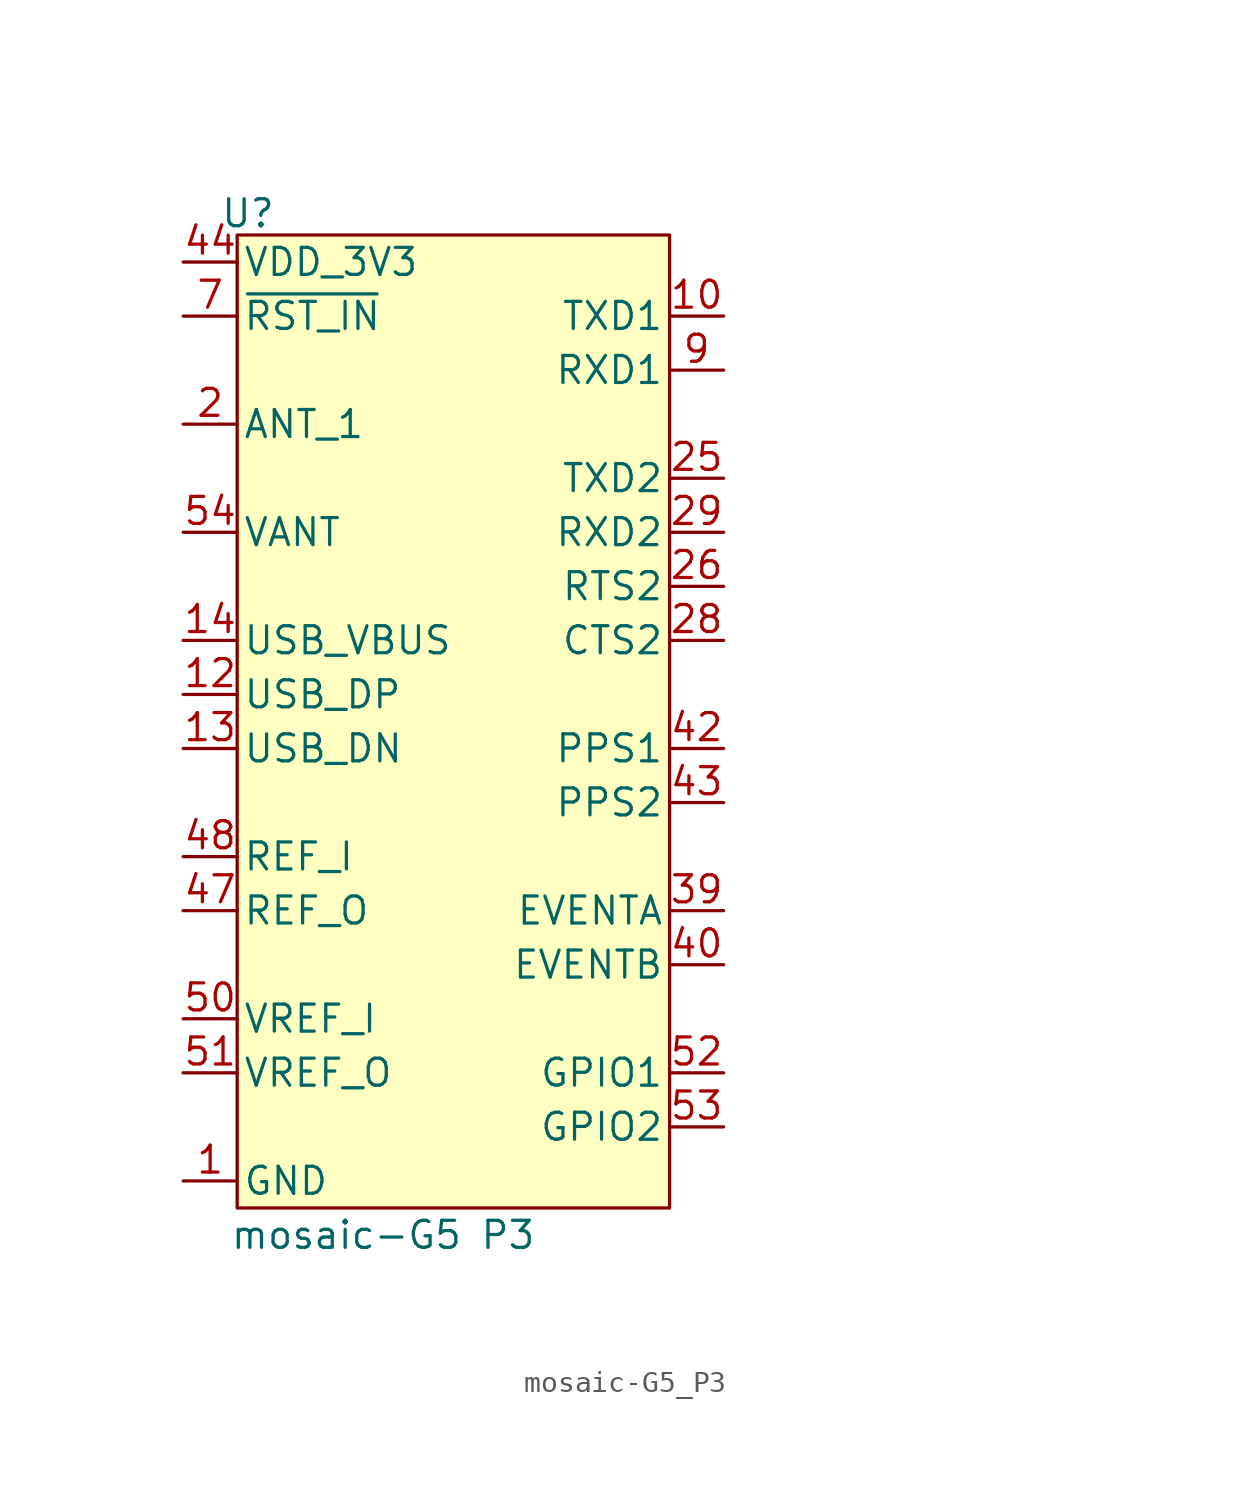
<source format=kicad_sym>
(kicad_symbol_lib
  (version 20241209)
  (generator "kicad_symbol_editor")
  (generator_version "9.0")
  (symbol "mosaic-G5_P3"
    (pin_names
      (offset 0.254))
    (property "Reference" "U"
      (at -9.652 22.606 0)
      (effects (font (size 1.27 1.27))))
    (property "Value" "mosaic-G5 P3"
      (at -3.302 -25.4 0)
      (effects (font (size 1.27 1.27))))
    (symbol "mosaic-G5_P3_1_0"
      (pin no_connect line (at 29.21 20.32 180) (length 2.54) (hide yes) (name "Reserved" (effects (font (size 1.27 1.27)))) (number "8" (effects (font (size 1.27 1.27)))))
      (pin no_connect line (at 29.21 19.05 180) (length 2.54) (hide yes) (name "Reserved" (effects (font (size 1.27 1.27)))) (number "15" (effects (font (size 1.27 1.27)))))
      (pin no_connect line (at 29.21 17.78 180) (length 2.54) (hide yes) (name "Reserved" (effects (font (size 1.27 1.27)))) (number "16" (effects (font (size 1.27 1.27)))))
      (pin no_connect line (at 29.21 16.51 180) (length 2.54) (hide yes) (name "Reserved" (effects (font (size 1.27 1.27)))) (number "18" (effects (font (size 1.27 1.27)))))
      (pin no_connect line (at 29.21 15.24 180) (length 2.54) (hide yes) (name "Reserved" (effects (font (size 1.27 1.27)))) (number "19" (effects (font (size 1.27 1.27)))))
      (pin no_connect line (at 29.21 13.97 180) (length 2.54) (hide yes) (name "Reserved" (effects (font (size 1.27 1.27)))) (number "20" (effects (font (size 1.27 1.27)))))
      (pin no_connect line (at 29.21 12.7 180) (length 2.54) (hide yes) (name "Reserved" (effects (font (size 1.27 1.27)))) (number "22" (effects (font (size 1.27 1.27)))))
      (pin no_connect line (at 29.21 11.43 180) (length 2.54) (hide yes) (name "Reserved" (effects (font (size 1.27 1.27)))) (number "23" (effects (font (size 1.27 1.27)))))
      (pin no_connect line (at 29.21 10.16 180) (length 2.54) (hide yes) (name "Reserved" (effects (font (size 1.27 1.27)))) (number "24" (effects (font (size 1.27 1.27)))))
      (pin no_connect line (at 29.21 8.89 180) (length 2.54) (hide yes) (name "Reserved" (effects (font (size 1.27 1.27)))) (number "30" (effects (font (size 1.27 1.27)))))
      (pin no_connect line (at 29.21 7.62 180) (length 2.54) (hide yes) (name "Reserved" (effects (font (size 1.27 1.27)))) (number "31" (effects (font (size 1.27 1.27)))))
      (pin no_connect line (at 29.21 6.35 180) (length 2.54) (hide yes) (name "Reserved" (effects (font (size 1.27 1.27)))) (number "32" (effects (font (size 1.27 1.27)))))
      (pin no_connect line (at 29.21 5.08 180) (length 2.54) (hide yes) (name "Reserved" (effects (font (size 1.27 1.27)))) (number "33" (effects (font (size 1.27 1.27)))))
      (pin no_connect line (at 29.21 3.81 180) (length 2.54) (hide yes) (name "Reserved" (effects (font (size 1.27 1.27)))) (number "35" (effects (font (size 1.27 1.27)))))
      (pin no_connect line (at 29.21 2.54 180) (length 2.54) (hide yes) (name "Reserved" (effects (font (size 1.27 1.27)))) (number "36" (effects (font (size 1.27 1.27)))))
      (pin no_connect line (at 29.21 1.27 180) (length 2.54) (hide yes) (name "Reserved" (effects (font (size 1.27 1.27)))) (number "37" (effects (font (size 1.27 1.27)))))
      (pin no_connect line (at 29.21 0 180) (length 2.54) (hide yes) (name "Reserved" (effects (font (size 1.27 1.27)))) (number "38" (effects (font (size 1.27 1.27))))))
    (symbol "mosaic-G5_P3_1_1"
      (rectangle (start -10.16 21.59) (end 10.16 -24.13) (stroke (width 0) (type solid)) (fill (type background)))
      (pin power_in line (at -12.7 20.32 0) (length 2.54) (name "VDD_3V3" (effects (font (size 1.27 1.27)))) (number "44" (effects (font (size 1.27 1.27)))))
      (pin power_in line (at -12.7 20.32 0) (length 2.54) (hide yes) (name "VDD_3V3" (effects (font (size 1.27 1.27)))) (number "45" (effects (font (size 1.27 1.27)))))
      (pin input line (at -12.7 17.78 0) (length 2.54) (name "~{RST_IN}" (effects (font (size 1.27 1.27)))) (number "7" (effects (font (size 1.27 1.27)))))
      (pin input line (at -12.7 12.7 0) (length 2.54) (name "ANT_1" (effects (font (size 1.27 1.27)))) (number "2" (effects (font (size 1.27 1.27)))))
      (pin no_connect line (at -12.7 10.16 0) (length 2.54) (hide yes) (name "ANT_2" (effects (font (size 1.27 1.27)))) (number "5" (effects (font (size 1.27 1.27)))))
      (pin power_in line (at -12.7 7.62 0) (length 2.54) (name "VANT" (effects (font (size 1.27 1.27)))) (number "54" (effects (font (size 1.27 1.27)))))
      (pin power_in line (at -12.7 2.54 0) (length 2.54) (name "USB_VBUS" (effects (font (size 1.27 1.27)))) (number "14" (effects (font (size 1.27 1.27)))))
      (pin bidirectional line (at -12.7 0 0) (length 2.54) (name "USB_DP" (effects (font (size 1.27 1.27)))) (number "12" (effects (font (size 1.27 1.27)))))
      (pin bidirectional line (at -12.7 -2.54 0) (length 2.54) (name "USB_DN" (effects (font (size 1.27 1.27)))) (number "13" (effects (font (size 1.27 1.27)))))
      (pin input line (at -12.7 -7.62 0) (length 2.54) (name "REF_I" (effects (font (size 1.27 1.27)))) (number "48" (effects (font (size 1.27 1.27)))))
      (pin output line (at -12.7 -10.16 0) (length 2.54) (name "REF_O" (effects (font (size 1.27 1.27)))) (number "47" (effects (font (size 1.27 1.27)))))
      (pin power_in line (at -12.7 -15.24 0) (length 2.54) (name "VREF_I" (effects (font (size 1.27 1.27)))) (number "50" (effects (font (size 1.27 1.27)))))
      (pin power_out line (at -12.7 -17.78 0) (length 2.54) (name "VREF_O" (effects (font (size 1.27 1.27)))) (number "51" (effects (font (size 1.27 1.27)))))
      (pin power_in line (at -12.7 -22.86 0) (length 2.54) (name "GND" (effects (font (size 1.27 1.27)))) (number "1" (effects (font (size 1.27 1.27)))))
      (pin power_in line (at -12.7 -22.86 0) (length 2.54) (hide yes) (name "GND" (effects (font (size 1.27 1.27)))) (number "11" (effects (font (size 1.27 1.27)))))
      (pin power_in line (at -12.7 -22.86 0) (length 2.54) (hide yes) (name "GND" (effects (font (size 1.27 1.27)))) (number "17" (effects (font (size 1.27 1.27)))))
      (pin power_in line (at -12.7 -22.86 0) (length 2.54) (hide yes) (name "GND" (effects (font (size 1.27 1.27)))) (number "21" (effects (font (size 1.27 1.27)))))
      (pin power_in line (at -12.7 -22.86 0) (length 2.54) (hide yes) (name "GND" (effects (font (size 1.27 1.27)))) (number "27" (effects (font (size 1.27 1.27)))))
      (pin power_in line (at -12.7 -22.86 0) (length 2.54) (hide yes) (name "GND" (effects (font (size 1.27 1.27)))) (number "3" (effects (font (size 1.27 1.27)))))
      (pin power_in line (at -12.7 -22.86 0) (length 2.54) (hide yes) (name "GND" (effects (font (size 1.27 1.27)))) (number "34" (effects (font (size 1.27 1.27)))))
      (pin power_in line (at -12.7 -22.86 0) (length 2.54) (hide yes) (name "GND" (effects (font (size 1.27 1.27)))) (number "4" (effects (font (size 1.27 1.27)))))
      (pin power_in line (at -12.7 -22.86 0) (length 2.54) (hide yes) (name "GND" (effects (font (size 1.27 1.27)))) (number "41" (effects (font (size 1.27 1.27)))))
      (pin power_in line (at -12.7 -22.86 0) (length 2.54) (hide yes) (name "GND" (effects (font (size 1.27 1.27)))) (number "46" (effects (font (size 1.27 1.27)))))
      (pin power_in line (at -12.7 -22.86 0) (length 2.54) (hide yes) (name "GND" (effects (font (size 1.27 1.27)))) (number "49" (effects (font (size 1.27 1.27)))))
      (pin power_in line (at -12.7 -22.86 0) (length 2.54) (hide yes) (name "GND" (effects (font (size 1.27 1.27)))) (number "55" (effects (font (size 1.27 1.27)))))
      (pin power_in line (at -12.7 -22.86 0) (length 2.54) (hide yes) (name "GND" (effects (font (size 1.27 1.27)))) (number "56" (effects (font (size 1.27 1.27)))))
      (pin power_in line (at -12.7 -22.86 0) (length 2.54) (hide yes) (name "GND" (effects (font (size 1.27 1.27)))) (number "57" (effects (font (size 1.27 1.27)))))
      (pin power_in line (at -12.7 -22.86 0) (length 2.54) (hide yes) (name "GND" (effects (font (size 1.27 1.27)))) (number "58" (effects (font (size 1.27 1.27)))))
      (pin power_in line (at -12.7 -22.86 0) (length 2.54) (hide yes) (name "GND" (effects (font (size 1.27 1.27)))) (number "59" (effects (font (size 1.27 1.27)))))
      (pin power_in line (at -12.7 -22.86 0) (length 2.54) (hide yes) (name "GND" (effects (font (size 1.27 1.27)))) (number "6" (effects (font (size 1.27 1.27)))))
      (pin power_in line (at -12.7 -22.86 0) (length 2.54) (hide yes) (name "GND" (effects (font (size 1.27 1.27)))) (number "60" (effects (font (size 1.27 1.27)))))
      (pin power_in line (at -12.7 -22.86 0) (length 2.54) (hide yes) (name "GND" (effects (font (size 1.27 1.27)))) (number "61" (effects (font (size 1.27 1.27)))))
      (pin power_in line (at -12.7 -22.86 0) (length 2.54) (hide yes) (name "GND" (effects (font (size 1.27 1.27)))) (number "62" (effects (font (size 1.27 1.27)))))
      (pin power_in line (at -12.7 -22.86 0) (length 2.54) (hide yes) (name "GND" (effects (font (size 1.27 1.27)))) (number "63" (effects (font (size 1.27 1.27)))))
      (pin power_in line (at -12.7 -22.86 0) (length 2.54) (hide yes) (name "GND" (effects (font (size 1.27 1.27)))) (number "64" (effects (font (size 1.27 1.27)))))
      (pin power_in line (at -12.7 -22.86 0) (length 2.54) (hide yes) (name "GND" (effects (font (size 1.27 1.27)))) (number "65" (effects (font (size 1.27 1.27)))))
      (pin power_in line (at -12.7 -22.86 0) (length 2.54) (hide yes) (name "GND" (effects (font (size 1.27 1.27)))) (number "66" (effects (font (size 1.27 1.27)))))
      (pin power_in line (at -12.7 -22.86 0) (length 2.54) (hide yes) (name "GND" (effects (font (size 1.27 1.27)))) (number "67" (effects (font (size 1.27 1.27)))))
      (pin power_in line (at -12.7 -22.86 0) (length 2.54) (hide yes) (name "GND" (effects (font (size 1.27 1.27)))) (number "68" (effects (font (size 1.27 1.27)))))
      (pin power_in line (at -12.7 -22.86 0) (length 2.54) (hide yes) (name "GND" (effects (font (size 1.27 1.27)))) (number "69" (effects (font (size 1.27 1.27)))))
      (pin power_in line (at -12.7 -22.86 0) (length 2.54) (hide yes) (name "GND" (effects (font (size 1.27 1.27)))) (number "70" (effects (font (size 1.27 1.27)))))
      (pin power_in line (at -12.7 -22.86 0) (length 2.54) (hide yes) (name "GND" (effects (font (size 1.27 1.27)))) (number "71" (effects (font (size 1.27 1.27)))))
      (pin power_in line (at -12.7 -22.86 0) (length 2.54) (hide yes) (name "GND" (effects (font (size 1.27 1.27)))) (number "72" (effects (font (size 1.27 1.27)))))
      (pin power_in line (at -12.7 -22.86 0) (length 2.54) (hide yes) (name "GND" (effects (font (size 1.27 1.27)))) (number "73" (effects (font (size 1.27 1.27)))))
      (pin power_in line (at -12.7 -22.86 0) (length 2.54) (hide yes) (name "GND" (effects (font (size 1.27 1.27)))) (number "74" (effects (font (size 1.27 1.27)))))
      (pin power_in line (at -12.7 -22.86 0) (length 2.54) (hide yes) (name "GND" (effects (font (size 1.27 1.27)))) (number "75" (effects (font (size 1.27 1.27)))))
      (pin power_in line (at -12.7 -22.86 0) (length 2.54) (hide yes) (name "GND" (effects (font (size 1.27 1.27)))) (number "76" (effects (font (size 1.27 1.27)))))
      (pin power_in line (at -12.7 -22.86 0) (length 2.54) (hide yes) (name "GND" (effects (font (size 1.27 1.27)))) (number "77" (effects (font (size 1.27 1.27)))))
      (pin power_in line (at -12.7 -22.86 0) (length 2.54) (hide yes) (name "GND" (effects (font (size 1.27 1.27)))) (number "78" (effects (font (size 1.27 1.27)))))
      (pin power_in line (at -12.7 -22.86 0) (length 2.54) (hide yes) (name "GND" (effects (font (size 1.27 1.27)))) (number "79" (effects (font (size 1.27 1.27)))))
      (pin power_in line (at -12.7 -22.86 0) (length 2.54) (hide yes) (name "GND" (effects (font (size 1.27 1.27)))) (number "80" (effects (font (size 1.27 1.27)))))
      (pin power_in line (at -12.7 -22.86 0) (length 2.54) (hide yes) (name "GND" (effects (font (size 1.27 1.27)))) (number "81" (effects (font (size 1.27 1.27)))))
      (pin power_in line (at -12.7 -22.86 0) (length 2.54) (hide yes) (name "GND" (effects (font (size 1.27 1.27)))) (number "82" (effects (font (size 1.27 1.27)))))
      (pin power_in line (at -12.7 -22.86 0) (length 2.54) (hide yes) (name "GND" (effects (font (size 1.27 1.27)))) (number "83" (effects (font (size 1.27 1.27)))))
      (pin power_in line (at -12.7 -22.86 0) (length 2.54) (hide yes) (name "GND" (effects (font (size 1.27 1.27)))) (number "84" (effects (font (size 1.27 1.27)))))
      (pin power_in line (at -12.7 -22.86 0) (length 2.54) (hide yes) (name "GND" (effects (font (size 1.27 1.27)))) (number "85" (effects (font (size 1.27 1.27)))))
      (pin power_in line (at -12.7 -22.86 0) (length 2.54) (hide yes) (name "GND" (effects (font (size 1.27 1.27)))) (number "86" (effects (font (size 1.27 1.27)))))
      (pin power_in line (at -12.7 -22.86 0) (length 2.54) (hide yes) (name "GND" (effects (font (size 1.27 1.27)))) (number "87" (effects (font (size 1.27 1.27)))))
      (pin power_in line (at -12.7 -22.86 0) (length 2.54) (hide yes) (name "GND" (effects (font (size 1.27 1.27)))) (number "88" (effects (font (size 1.27 1.27)))))
      (pin power_in line (at -12.7 -22.86 0) (length 2.54) (hide yes) (name "GND" (effects (font (size 1.27 1.27)))) (number "89" (effects (font (size 1.27 1.27)))))
      (pin power_in line (at -12.7 -22.86 0) (length 2.54) (hide yes) (name "GND" (effects (font (size 1.27 1.27)))) (number "90" (effects (font (size 1.27 1.27)))))
      (pin power_in line (at -12.7 -22.86 0) (length 2.54) (hide yes) (name "GND" (effects (font (size 1.27 1.27)))) (number "91" (effects (font (size 1.27 1.27)))))
      (pin power_in line (at -12.7 -22.86 0) (length 2.54) (hide yes) (name "GND" (effects (font (size 1.27 1.27)))) (number "92" (effects (font (size 1.27 1.27)))))
      (pin power_in line (at -12.7 -22.86 0) (length 2.54) (hide yes) (name "GND" (effects (font (size 1.27 1.27)))) (number "93" (effects (font (size 1.27 1.27)))))
      (pin power_in line (at -12.7 -22.86 0) (length 2.54) (hide yes) (name "GND" (effects (font (size 1.27 1.27)))) (number "94" (effects (font (size 1.27 1.27)))))
      (pin output line (at 12.7 17.78 180) (length 2.54) (name "TXD1" (effects (font (size 1.27 1.27)))) (number "10" (effects (font (size 1.27 1.27)))))
      (pin input line (at 12.7 15.24 180) (length 2.54) (name "RXD1" (effects (font (size 1.27 1.27)))) (number "9" (effects (font (size 1.27 1.27)))))
      (pin output line (at 12.7 10.16 180) (length 2.54) (name "TXD2" (effects (font (size 1.27 1.27)))) (number "25" (effects (font (size 1.27 1.27)))))
      (pin input line (at 12.7 7.62 180) (length 2.54) (name "RXD2" (effects (font (size 1.27 1.27)))) (number "29" (effects (font (size 1.27 1.27)))))
      (pin output line (at 12.7 5.08 180) (length 2.54) (name "RTS2" (effects (font (size 1.27 1.27)))) (number "26" (effects (font (size 1.27 1.27)))))
      (pin input line (at 12.7 2.54 180) (length 2.54) (name "CTS2" (effects (font (size 1.27 1.27)))) (number "28" (effects (font (size 1.27 1.27)))))
      (pin output line (at 12.7 -2.54 180) (length 2.54) (name "PPS1" (effects (font (size 1.27 1.27)))) (number "42" (effects (font (size 1.27 1.27)))))
      (pin output line (at 12.7 -5.08 180) (length 2.54) (name "PPS2" (effects (font (size 1.27 1.27)))) (number "43" (effects (font (size 1.27 1.27)))))
      (pin input line (at 12.7 -10.16 180) (length 2.54) (name "EVENTA" (effects (font (size 1.27 1.27)))) (number "39" (effects (font (size 1.27 1.27)))))
      (pin input line (at 12.7 -12.7 180) (length 2.54) (name "EVENTB" (effects (font (size 1.27 1.27)))) (number "40" (effects (font (size 1.27 1.27)))))
      (pin bidirectional line (at 12.7 -17.78 180) (length 2.54) (name "GPIO1" (effects (font (size 1.27 1.27)))) (number "52" (effects (font (size 1.27 1.27)))))
      (pin bidirectional line (at 12.7 -20.32 180) (length 2.54) (name "GPIO2" (effects (font (size 1.27 1.27)))) (number "53" (effects (font (size 1.27 1.27))))))))
</source>
